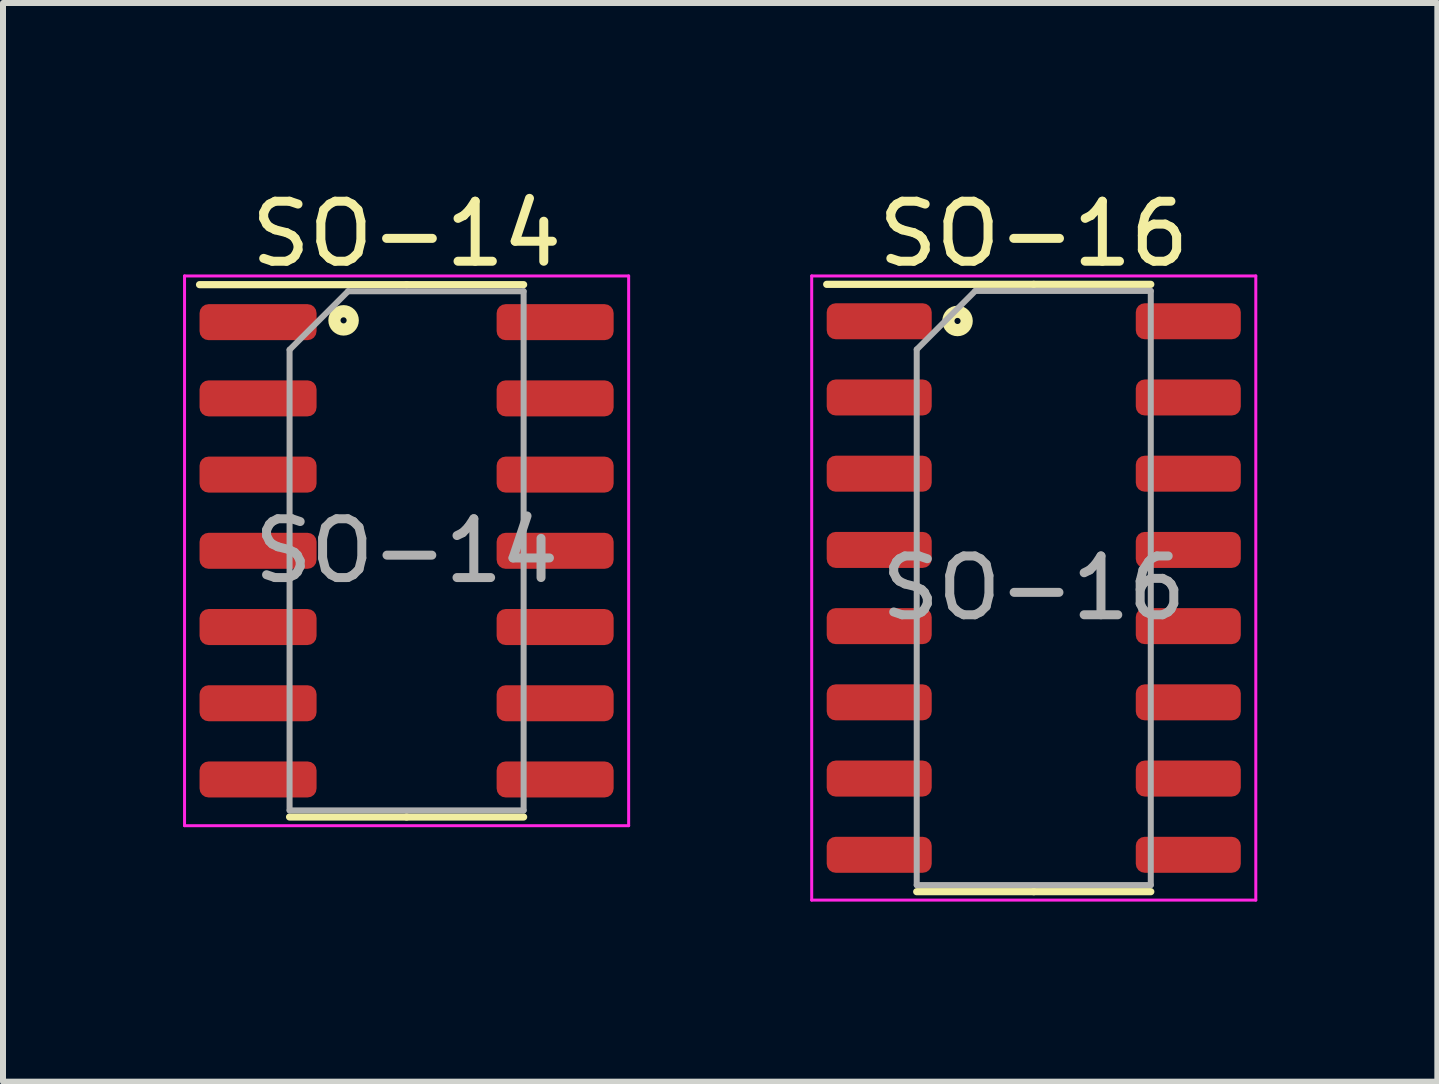
<source format=kicad_pcb>
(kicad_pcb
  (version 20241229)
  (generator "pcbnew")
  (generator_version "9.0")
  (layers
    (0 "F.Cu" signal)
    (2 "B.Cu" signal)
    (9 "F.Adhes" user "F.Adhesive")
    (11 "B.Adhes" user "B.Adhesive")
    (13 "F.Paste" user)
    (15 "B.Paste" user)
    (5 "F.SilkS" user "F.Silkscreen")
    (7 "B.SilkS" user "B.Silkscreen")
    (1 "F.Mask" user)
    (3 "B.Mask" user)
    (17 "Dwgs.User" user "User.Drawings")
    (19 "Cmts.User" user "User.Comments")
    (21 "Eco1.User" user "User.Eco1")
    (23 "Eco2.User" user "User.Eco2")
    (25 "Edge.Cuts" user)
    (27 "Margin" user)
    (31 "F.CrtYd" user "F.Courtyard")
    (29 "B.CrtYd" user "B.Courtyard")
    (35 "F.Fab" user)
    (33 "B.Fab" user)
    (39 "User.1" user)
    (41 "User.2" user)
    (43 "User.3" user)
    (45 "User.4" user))
  (footprint "SO-16"
    (layer "F.Cu")
    (at 14.175 6.748)
    (property "Reference" "SO-16" (at 0 -5.9 0) (layer "F.SilkS") (effects (font (size 1 1) (thickness 0.15))))
    (attr smd)
    (fp_line (start 0 -5.06) (end -3.45 -5.06) (stroke (width 0.12) (type solid)) (layer "F.SilkS"))
    (fp_line (start 0 -5.06) (end 1.95 -5.06) (stroke (width 0.12) (type solid)) (layer "F.SilkS"))
    (fp_line (start 0 5.06) (end -1.95 5.06) (stroke (width 0.12) (type solid)) (layer "F.SilkS"))
    (fp_line (start 0 5.06) (end 1.95 5.06) (stroke (width 0.12) (type solid)) (layer "F.SilkS"))
    (fp_circle (center -1.27 -4.45) (end -1.22 -4.44) (stroke (width 0.12) (type solid)) (fill no) (layer "F.SilkS"))
    (fp_circle (center -1.27 -4.45) (end -1.16 -4.52) (stroke (width 0.12) (type solid)) (fill no) (layer "F.SilkS"))
    (fp_circle (center -1.27 -4.45) (end -1.11 -4.56) (stroke (width 0.12) (type solid)) (fill no) (layer "F.SilkS"))
    (fp_line (start -3.7 -5.2) (end -3.7 5.2) (stroke (width 0.05) (type solid)) (layer "F.CrtYd"))
    (fp_line (start -3.7 5.2) (end 3.7 5.2) (stroke (width 0.05) (type solid)) (layer "F.CrtYd"))
    (fp_line (start 3.7 -5.2) (end -3.7 -5.2) (stroke (width 0.05) (type solid)) (layer "F.CrtYd"))
    (fp_line (start 3.7 5.2) (end 3.7 -5.2) (stroke (width 0.05) (type solid)) (layer "F.CrtYd"))
    (fp_line (start -1.95 -3.975) (end -0.975 -4.95) (stroke (width 0.1) (type solid)) (layer "F.Fab"))
    (fp_line (start -1.95 4.95) (end -1.95 -3.975) (stroke (width 0.1) (type solid)) (layer "F.Fab"))
    (fp_line (start -0.975 -4.95) (end 1.95 -4.95) (stroke (width 0.1) (type solid)) (layer "F.Fab"))
    (fp_line (start 1.95 -4.95) (end 1.95 4.95) (stroke (width 0.1) (type solid)) (layer "F.Fab"))
    (fp_line (start 1.95 4.95) (end -1.95 4.95) (stroke (width 0.1) (type solid)) (layer "F.Fab"))
    (fp_text user "${REFERENCE}" (at 0 0 0) (layer "F.Fab") (effects (font (size 0.98 0.98) (thickness 0.15))))
    (pad "1" smd roundrect (at -2.575 -4.445) (size 1.75 0.6) (layers "F.Cu" "F.Mask" "F.Paste") (roundrect_rratio 0.25))
    (pad "2" smd roundrect (at -2.575 -3.175) (size 1.75 0.6) (layers "F.Cu" "F.Mask" "F.Paste") (roundrect_rratio 0.25))
    (pad "3" smd roundrect (at -2.575 -1.905) (size 1.75 0.6) (layers "F.Cu" "F.Mask" "F.Paste") (roundrect_rratio 0.25))
    (pad "4" smd roundrect (at -2.575 -0.635) (size 1.75 0.6) (layers "F.Cu" "F.Mask" "F.Paste") (roundrect_rratio 0.25))
    (pad "5" smd roundrect (at -2.575 0.635) (size 1.75 0.6) (layers "F.Cu" "F.Mask" "F.Paste") (roundrect_rratio 0.25))
    (pad "6" smd roundrect (at -2.575 1.905) (size 1.75 0.6) (layers "F.Cu" "F.Mask" "F.Paste") (roundrect_rratio 0.25))
    (pad "7" smd roundrect (at -2.575 3.175) (size 1.75 0.6) (layers "F.Cu" "F.Mask" "F.Paste") (roundrect_rratio 0.25))
    (pad "8" smd roundrect (at -2.575 4.445) (size 1.75 0.6) (layers "F.Cu" "F.Mask" "F.Paste") (roundrect_rratio 0.25))
    (pad "9" smd roundrect (at 2.575 4.445) (size 1.75 0.6) (layers "F.Cu" "F.Mask" "F.Paste") (roundrect_rratio 0.25))
    (pad "10" smd roundrect (at 2.575 3.175) (size 1.75 0.6) (layers "F.Cu" "F.Mask" "F.Paste") (roundrect_rratio 0.25))
    (pad "11" smd roundrect (at 2.575 1.905) (size 1.75 0.6) (layers "F.Cu" "F.Mask" "F.Paste") (roundrect_rratio 0.25))
    (pad "12" smd roundrect (at 2.575 0.635) (size 1.75 0.6) (layers "F.Cu" "F.Mask" "F.Paste") (roundrect_rratio 0.25))
    (pad "13" smd roundrect (at 2.575 -0.635) (size 1.75 0.6) (layers "F.Cu" "F.Mask" "F.Paste") (roundrect_rratio 0.25))
    (pad "14" smd roundrect (at 2.575 -1.905) (size 1.75 0.6) (layers "F.Cu" "F.Mask" "F.Paste") (roundrect_rratio 0.25))
    (pad "15" smd roundrect (at 2.575 -3.175) (size 1.75 0.6) (layers "F.Cu" "F.Mask" "F.Paste") (roundrect_rratio 0.25))
    (pad "16" smd roundrect (at 2.575 -4.445) (size 1.75 0.6) (layers "F.Cu" "F.Mask" "F.Paste") (roundrect_rratio 0.25)))
  (footprint "SO-14"
    (layer "F.Cu")
    (at 3.725 6.128)
    (property "Reference" "SO-14" (at 0 -5.28 0) (layer "F.SilkS") (effects (font (size 1 1) (thickness 0.15))))
    (attr smd)
    (fp_line (start 0 -4.435) (end -3.45 -4.435) (stroke (width 0.12) (type solid)) (layer "F.SilkS"))
    (fp_line (start 0 -4.435) (end 1.95 -4.435) (stroke (width 0.12) (type solid)) (layer "F.SilkS"))
    (fp_line (start 0 4.435) (end -1.95 4.435) (stroke (width 0.12) (type solid)) (layer "F.SilkS"))
    (fp_line (start 0 4.435) (end 1.95 4.435) (stroke (width 0.12) (type solid)) (layer "F.SilkS"))
    (fp_circle (center -1.05 -3.84) (end -1 -3.83) (stroke (width 0.12) (type solid)) (fill no) (layer "F.SilkS"))
    (fp_circle (center -1.05 -3.84) (end -0.94 -3.91) (stroke (width 0.12) (type solid)) (fill no) (layer "F.SilkS"))
    (fp_circle (center -1.05 -3.84) (end -0.89 -3.95) (stroke (width 0.12) (type solid)) (fill no) (layer "F.SilkS"))
    (fp_line (start -3.7 -4.58) (end -3.7 4.58) (stroke (width 0.05) (type solid)) (layer "F.CrtYd"))
    (fp_line (start -3.7 4.58) (end 3.7 4.58) (stroke (width 0.05) (type solid)) (layer "F.CrtYd"))
    (fp_line (start 3.7 -4.58) (end -3.7 -4.58) (stroke (width 0.05) (type solid)) (layer "F.CrtYd"))
    (fp_line (start 3.7 4.58) (end 3.7 -4.58) (stroke (width 0.05) (type solid)) (layer "F.CrtYd"))
    (fp_line (start -1.95 -3.35) (end -0.975 -4.325) (stroke (width 0.1) (type solid)) (layer "F.Fab"))
    (fp_line (start -1.95 4.325) (end -1.95 -3.35) (stroke (width 0.1) (type solid)) (layer "F.Fab"))
    (fp_line (start -0.975 -4.325) (end 1.95 -4.325) (stroke (width 0.1) (type solid)) (layer "F.Fab"))
    (fp_line (start 1.95 -4.325) (end 1.95 4.325) (stroke (width 0.1) (type solid)) (layer "F.Fab"))
    (fp_line (start 1.95 4.325) (end -1.95 4.325) (stroke (width 0.1) (type solid)) (layer "F.Fab"))
    (fp_text user "${REFERENCE}" (at 0 0 0) (layer "F.Fab") (effects (font (size 0.98 0.98) (thickness 0.15))))
    (pad "1" smd roundrect (at -2.475 -3.81) (size 1.95 0.6) (layers "F.Cu" "F.Mask" "F.Paste") (roundrect_rratio 0.25))
    (pad "2" smd roundrect (at -2.475 -2.54) (size 1.95 0.6) (layers "F.Cu" "F.Mask" "F.Paste") (roundrect_rratio 0.25))
    (pad "3" smd roundrect (at -2.475 -1.27) (size 1.95 0.6) (layers "F.Cu" "F.Mask" "F.Paste") (roundrect_rratio 0.25))
    (pad "4" smd roundrect (at -2.475 0) (size 1.95 0.6) (layers "F.Cu" "F.Mask" "F.Paste") (roundrect_rratio 0.25))
    (pad "5" smd roundrect (at -2.475 1.27) (size 1.95 0.6) (layers "F.Cu" "F.Mask" "F.Paste") (roundrect_rratio 0.25))
    (pad "6" smd roundrect (at -2.475 2.54) (size 1.95 0.6) (layers "F.Cu" "F.Mask" "F.Paste") (roundrect_rratio 0.25))
    (pad "7" smd roundrect (at -2.475 3.81) (size 1.95 0.6) (layers "F.Cu" "F.Mask" "F.Paste") (roundrect_rratio 0.25))
    (pad "8" smd roundrect (at 2.475 3.81) (size 1.95 0.6) (layers "F.Cu" "F.Mask" "F.Paste") (roundrect_rratio 0.25))
    (pad "9" smd roundrect (at 2.475 2.54) (size 1.95 0.6) (layers "F.Cu" "F.Mask" "F.Paste") (roundrect_rratio 0.25))
    (pad "10" smd roundrect (at 2.475 1.27) (size 1.95 0.6) (layers "F.Cu" "F.Mask" "F.Paste") (roundrect_rratio 0.25))
    (pad "11" smd roundrect (at 2.475 0) (size 1.95 0.6) (layers "F.Cu" "F.Mask" "F.Paste") (roundrect_rratio 0.25))
    (pad "12" smd roundrect (at 2.475 -1.27) (size 1.95 0.6) (layers "F.Cu" "F.Mask" "F.Paste") (roundrect_rratio 0.25))
    (pad "13" smd roundrect (at 2.475 -2.54) (size 1.95 0.6) (layers "F.Cu" "F.Mask" "F.Paste") (roundrect_rratio 0.25))
    (pad "14" smd roundrect (at 2.475 -3.81) (size 1.95 0.6) (layers "F.Cu" "F.Mask" "F.Paste") (roundrect_rratio 0.25)))
  (gr_rect
    (start -3 -3)
    (end 20.9 14.973)
    (stroke (width 0.1) (type default))
    (fill no)
    (layer "Edge.Cuts")))
</source>
